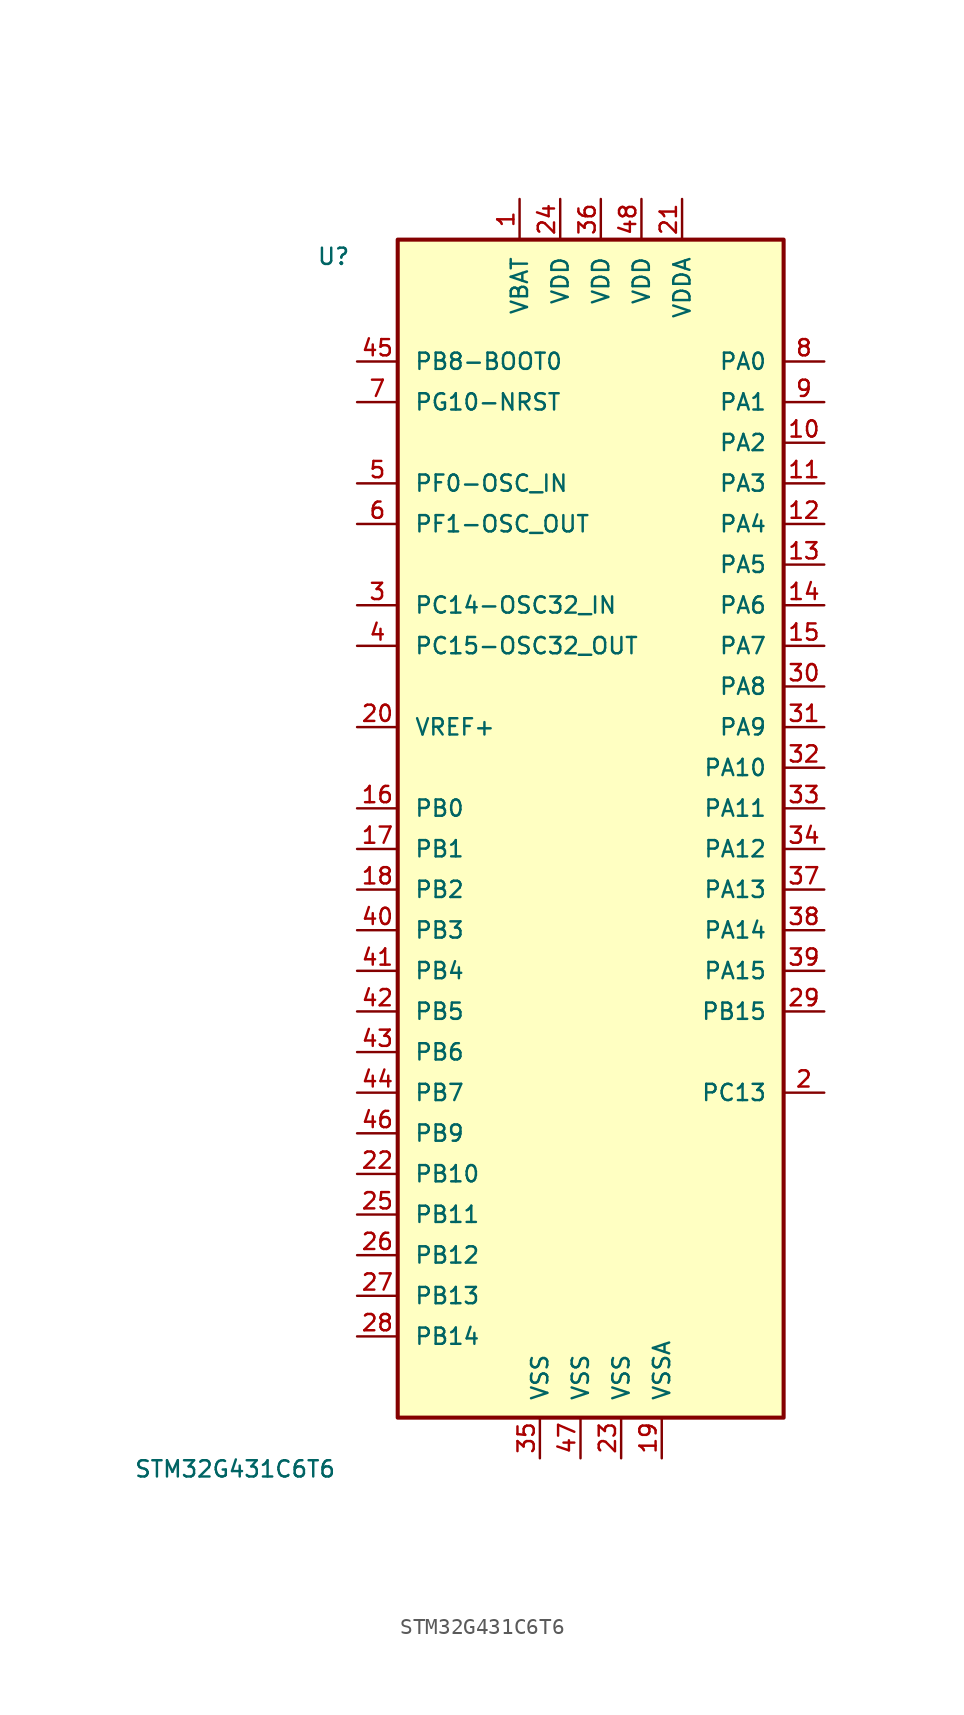
<source format=kicad_sym>
(kicad_symbol_lib
  (version 20211014)
  (generator kicad_symbol_editor)
  (symbol "STM32G431C6T6"
    (pin_names
      (offset 1.016))
    (property "Reference" "U"
      (at -17.78 31.369 0)
      (effects (font (size 1.016 1.016)) (justify left bottom)))
    (property "Value" "STM32G431C6T6"
      (at -29.21 -44.45 0)
      (effects (font (size 1.016 1.016)) (justify left bottom)))
    (symbol "STM32G431C6T6_0_0"
      (rectangle (start -12.7 33.02) (end 11.43 -40.64) (stroke (width 0.254) (type default) (color 0 0 0 0)) (fill (type background)))
      (pin power_in line (at -5.08 35.56 270) (length 2.54) (name "VBAT" (effects (font (size 1.016 1.016)))) (number "1" (effects (font (size 1.016 1.016)))))
      (pin bidirectional line (at 13.97 20.32 180) (length 2.54) (name "PA2" (effects (font (size 1.016 1.016)))) (number "10" (effects (font (size 1.016 1.016)))))
      (pin bidirectional line (at 13.97 17.78 180) (length 2.54) (name "PA3" (effects (font (size 1.016 1.016)))) (number "11" (effects (font (size 1.016 1.016)))))
      (pin bidirectional line (at 13.97 15.24 180) (length 2.54) (name "PA4" (effects (font (size 1.016 1.016)))) (number "12" (effects (font (size 1.016 1.016)))))
      (pin bidirectional line (at 13.97 12.7 180) (length 2.54) (name "PA5" (effects (font (size 1.016 1.016)))) (number "13" (effects (font (size 1.016 1.016)))))
      (pin bidirectional line (at 13.97 10.16 180) (length 2.54) (name "PA6" (effects (font (size 1.016 1.016)))) (number "14" (effects (font (size 1.016 1.016)))))
      (pin bidirectional line (at 13.97 7.62 180) (length 2.54) (name "PA7" (effects (font (size 1.016 1.016)))) (number "15" (effects (font (size 1.016 1.016)))))
      (pin bidirectional line (at -15.24 -2.54 0) (length 2.54) (name "PB0" (effects (font (size 1.016 1.016)))) (number "16" (effects (font (size 1.016 1.016)))))
      (pin bidirectional line (at -15.24 -5.08 0) (length 2.54) (name "PB1" (effects (font (size 1.016 1.016)))) (number "17" (effects (font (size 1.016 1.016)))))
      (pin bidirectional line (at -15.24 -7.62 0) (length 2.54) (name "PB2" (effects (font (size 1.016 1.016)))) (number "18" (effects (font (size 1.016 1.016)))))
      (pin power_in line (at 3.81 -43.18 90) (length 2.54) (name "VSSA" (effects (font (size 1.016 1.016)))) (number "19" (effects (font (size 1.016 1.016)))))
      (pin bidirectional line (at 13.97 -20.32 180) (length 2.54) (name "PC13" (effects (font (size 1.016 1.016)))) (number "2" (effects (font (size 1.016 1.016)))))
      (pin power_in line (at -15.24 2.54 0) (length 2.54) (name "VREF+" (effects (font (size 1.016 1.016)))) (number "20" (effects (font (size 1.016 1.016)))))
      (pin power_in line (at 5.08 35.56 270) (length 2.54) (name "VDDA" (effects (font (size 1.016 1.016)))) (number "21" (effects (font (size 1.016 1.016)))))
      (pin bidirectional line (at -15.24 -25.4 0) (length 2.54) (name "PB10" (effects (font (size 1.016 1.016)))) (number "22" (effects (font (size 1.016 1.016)))))
      (pin power_in line (at 1.27 -43.18 90) (length 2.54) (name "VSS" (effects (font (size 1.016 1.016)))) (number "23" (effects (font (size 1.016 1.016)))))
      (pin power_in line (at -2.54 35.56 270) (length 2.54) (name "VDD" (effects (font (size 1.016 1.016)))) (number "24" (effects (font (size 1.016 1.016)))))
      (pin bidirectional line (at -15.24 -27.94 0) (length 2.54) (name "PB11" (effects (font (size 1.016 1.016)))) (number "25" (effects (font (size 1.016 1.016)))))
      (pin bidirectional line (at -15.24 -30.48 0) (length 2.54) (name "PB12" (effects (font (size 1.016 1.016)))) (number "26" (effects (font (size 1.016 1.016)))))
      (pin bidirectional line (at -15.24 -33.02 0) (length 2.54) (name "PB13" (effects (font (size 1.016 1.016)))) (number "27" (effects (font (size 1.016 1.016)))))
      (pin bidirectional line (at -15.24 -35.56 0) (length 2.54) (name "PB14" (effects (font (size 1.016 1.016)))) (number "28" (effects (font (size 1.016 1.016)))))
      (pin bidirectional line (at 13.97 -15.24 180) (length 2.54) (name "PB15" (effects (font (size 1.016 1.016)))) (number "29" (effects (font (size 1.016 1.016)))))
      (pin bidirectional line (at -15.24 10.16 0) (length 2.54) (name "PC14-OSC32_IN" (effects (font (size 1.016 1.016)))) (number "3" (effects (font (size 1.016 1.016)))))
      (pin bidirectional line (at 13.97 5.08 180) (length 2.54) (name "PA8" (effects (font (size 1.016 1.016)))) (number "30" (effects (font (size 1.016 1.016)))))
      (pin bidirectional line (at 13.97 2.54 180) (length 2.54) (name "PA9" (effects (font (size 1.016 1.016)))) (number "31" (effects (font (size 1.016 1.016)))))
      (pin bidirectional line (at 13.97 0 180) (length 2.54) (name "PA10" (effects (font (size 1.016 1.016)))) (number "32" (effects (font (size 1.016 1.016)))))
      (pin bidirectional line (at 13.97 -2.54 180) (length 2.54) (name "PA11" (effects (font (size 1.016 1.016)))) (number "33" (effects (font (size 1.016 1.016)))))
      (pin bidirectional line (at 13.97 -5.08 180) (length 2.54) (name "PA12" (effects (font (size 1.016 1.016)))) (number "34" (effects (font (size 1.016 1.016)))))
      (pin power_in line (at -3.81 -43.18 90) (length 2.54) (name "VSS" (effects (font (size 1.016 1.016)))) (number "35" (effects (font (size 1.016 1.016)))))
      (pin power_in line (at 0 35.56 270) (length 2.54) (name "VDD" (effects (font (size 1.016 1.016)))) (number "36" (effects (font (size 1.016 1.016)))))
      (pin bidirectional line (at 13.97 -7.62 180) (length 2.54) (name "PA13" (effects (font (size 1.016 1.016)))) (number "37" (effects (font (size 1.016 1.016)))))
      (pin bidirectional line (at 13.97 -10.16 180) (length 2.54) (name "PA14" (effects (font (size 1.016 1.016)))) (number "38" (effects (font (size 1.016 1.016)))))
      (pin bidirectional line (at 13.97 -12.7 180) (length 2.54) (name "PA15" (effects (font (size 1.016 1.016)))) (number "39" (effects (font (size 1.016 1.016)))))
      (pin bidirectional line (at -15.24 7.62 0) (length 2.54) (name "PC15-OSC32_OUT" (effects (font (size 1.016 1.016)))) (number "4" (effects (font (size 1.016 1.016)))))
      (pin bidirectional line (at -15.24 -10.16 0) (length 2.54) (name "PB3" (effects (font (size 1.016 1.016)))) (number "40" (effects (font (size 1.016 1.016)))))
      (pin bidirectional line (at -15.24 -12.7 0) (length 2.54) (name "PB4" (effects (font (size 1.016 1.016)))) (number "41" (effects (font (size 1.016 1.016)))))
      (pin bidirectional line (at -15.24 -15.24 0) (length 2.54) (name "PB5" (effects (font (size 1.016 1.016)))) (number "42" (effects (font (size 1.016 1.016)))))
      (pin bidirectional line (at -15.24 -17.78 0) (length 2.54) (name "PB6" (effects (font (size 1.016 1.016)))) (number "43" (effects (font (size 1.016 1.016)))))
      (pin bidirectional line (at -15.24 -20.32 0) (length 2.54) (name "PB7" (effects (font (size 1.016 1.016)))) (number "44" (effects (font (size 1.016 1.016)))))
      (pin bidirectional line (at -15.24 25.4 0) (length 2.54) (name "PB8-BOOT0" (effects (font (size 1.016 1.016)))) (number "45" (effects (font (size 1.016 1.016)))))
      (pin bidirectional line (at -15.24 -22.86 0) (length 2.54) (name "PB9" (effects (font (size 1.016 1.016)))) (number "46" (effects (font (size 1.016 1.016)))))
      (pin power_in line (at -1.27 -43.18 90) (length 2.54) (name "VSS" (effects (font (size 1.016 1.016)))) (number "47" (effects (font (size 1.016 1.016)))))
      (pin power_in line (at 2.54 35.56 270) (length 2.54) (name "VDD" (effects (font (size 1.016 1.016)))) (number "48" (effects (font (size 1.016 1.016)))))
      (pin bidirectional line (at -15.24 17.78 0) (length 2.54) (name "PF0-OSC_IN" (effects (font (size 1.016 1.016)))) (number "5" (effects (font (size 1.016 1.016)))))
      (pin bidirectional line (at -15.24 15.24 0) (length 2.54) (name "PF1-OSC_OUT" (effects (font (size 1.016 1.016)))) (number "6" (effects (font (size 1.016 1.016)))))
      (pin bidirectional line (at -15.24 22.86 0) (length 2.54) (name "PG10-NRST" (effects (font (size 1.016 1.016)))) (number "7" (effects (font (size 1.016 1.016)))))
      (pin bidirectional line (at 13.97 25.4 180) (length 2.54) (name "PA0" (effects (font (size 1.016 1.016)))) (number "8" (effects (font (size 1.016 1.016)))))
      (pin bidirectional line (at 13.97 22.86 180) (length 2.54) (name "PA1" (effects (font (size 1.016 1.016)))) (number "9" (effects (font (size 1.016 1.016))))))))
</source>
